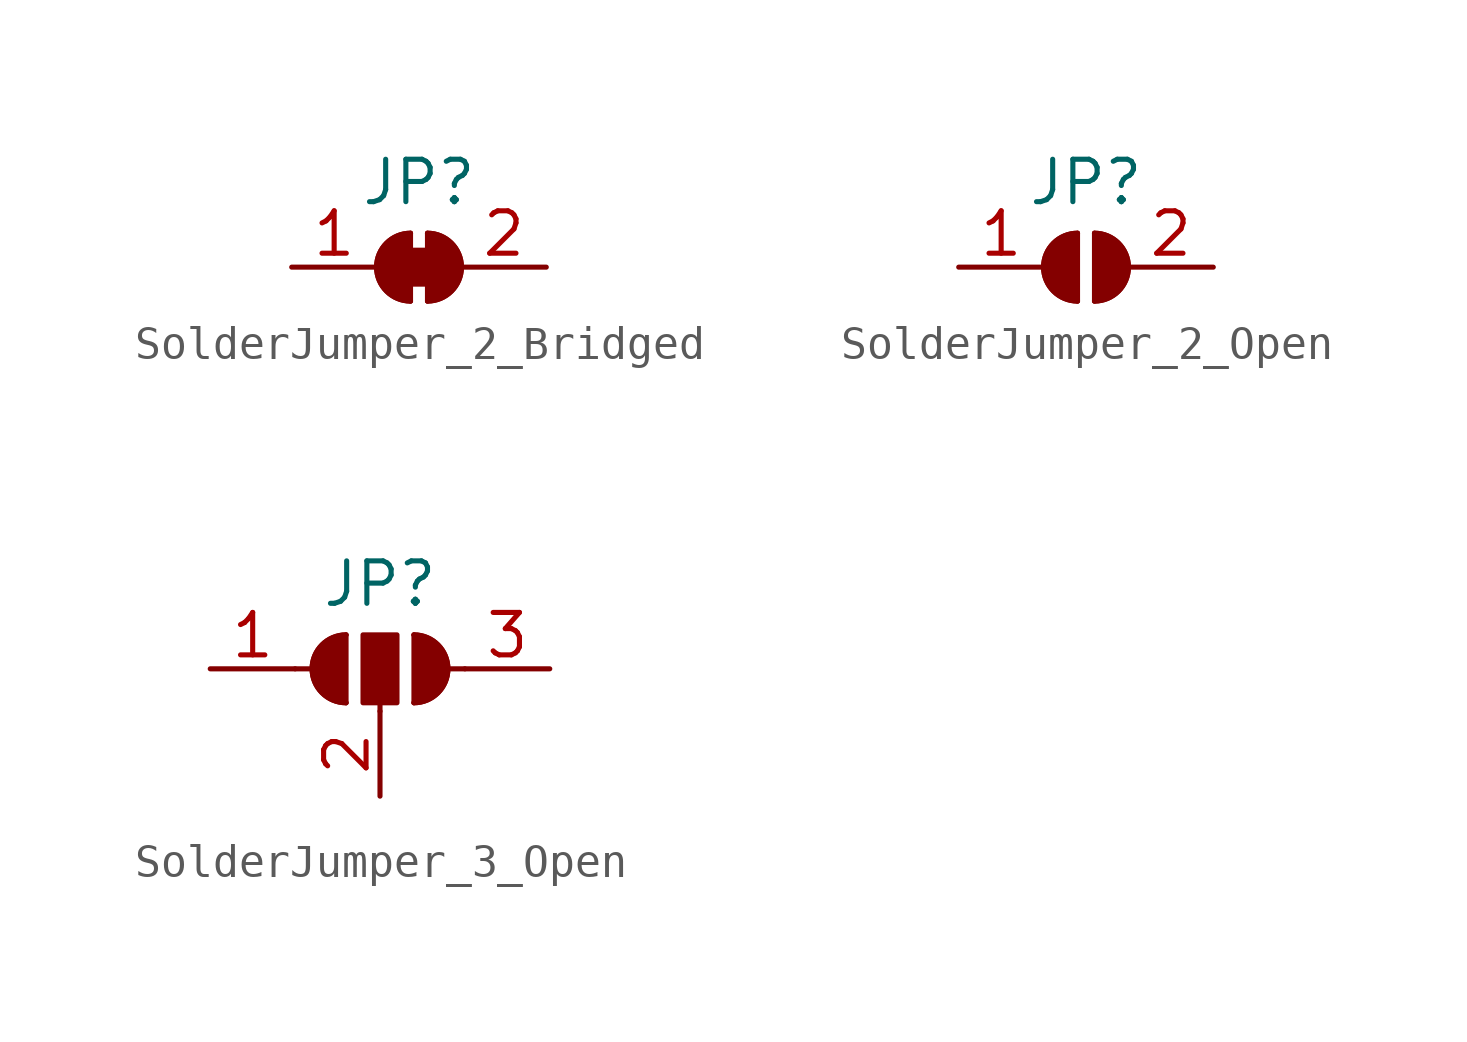
<source format=kicad_sym>
(kicad_symbol_lib
  (version 20231120)
  (generator "kicad_symbol_editor")
  (generator_version "8.0")
  (symbol "SolderJumper_2_Bridged"
    (pin_names
      (offset 0) hide)
    (property "Reference" "JP"
      (at 0 2.54 0)
      (effects (font (size 1.27 1.27))))
    (symbol "SolderJumper_2_Bridged_0_1"
      (rectangle (start -0.508 0.508) (end 0.508 -0.508) (stroke (width 0) (type default)) (fill (type outline)))
      (arc (start -0.254 1.016) (mid -1.2656 0) (end -0.254 -1.016) (stroke (width 0) (type default)) (fill (type none)))
      (arc (start -0.254 1.016) (mid -1.2656 0) (end -0.254 -1.016) (stroke (width 0) (type default)) (fill (type outline)))
      (polyline (pts (xy -0.254 1.016) (xy -0.254 -1.016)) (stroke (width 0) (type default)) (fill (type none)))
      (polyline (pts (xy 0.254 1.016) (xy 0.254 -1.016)) (stroke (width 0) (type default)) (fill (type none)))
      (arc (start 0.254 -1.016) (mid 1.2656 0) (end 0.254 1.016) (stroke (width 0) (type default)) (fill (type none)))
      (arc (start 0.254 -1.016) (mid 1.2656 0) (end 0.254 1.016) (stroke (width 0) (type default)) (fill (type outline))))
    (symbol "SolderJumper_2_Bridged_1_1"
      (pin passive line (at -3.81 0 0) (length 2.54) (name "" (effects (font (size 1.27 1.27)))) (number "1" (effects (font (size 1.27 1.27)))))
      (pin passive line (at 3.81 0 180) (length 2.54) (name "" (effects (font (size 1.27 1.27)))) (number "2" (effects (font (size 1.27 1.27)))))))
  (symbol "SolderJumper_2_Open"
    (pin_names
      (offset 0) hide)
    (property "Reference" "JP"
      (at 0 2.54 0)
      (effects (font (size 1.27 1.27))))
    (symbol "SolderJumper_2_Open_0_1"
      (arc (start -0.254 1.016) (mid -1.2656 0) (end -0.254 -1.016) (stroke (width 0) (type default)) (fill (type none)))
      (arc (start -0.254 1.016) (mid -1.2656 0) (end -0.254 -1.016) (stroke (width 0) (type default)) (fill (type outline)))
      (polyline (pts (xy -0.254 1.016) (xy -0.254 -1.016)) (stroke (width 0) (type default)) (fill (type none)))
      (polyline (pts (xy 0.254 1.016) (xy 0.254 -1.016)) (stroke (width 0) (type default)) (fill (type none)))
      (arc (start 0.254 -1.016) (mid 1.2656 0) (end 0.254 1.016) (stroke (width 0) (type default)) (fill (type none)))
      (arc (start 0.254 -1.016) (mid 1.2656 0) (end 0.254 1.016) (stroke (width 0) (type default)) (fill (type outline))))
    (symbol "SolderJumper_2_Open_1_1"
      (pin passive line (at -3.81 0 0) (length 2.54) (name "" (effects (font (size 1.27 1.27)))) (number "1" (effects (font (size 1.27 1.27)))))
      (pin passive line (at 3.81 0 180) (length 2.54) (name "" (effects (font (size 1.27 1.27)))) (number "2" (effects (font (size 1.27 1.27)))))))
  (symbol "SolderJumper_3_Open"
    (pin_names
      (offset 0) hide)
    (property "Reference" "JP"
      (at 0 2.54 0)
      (effects (font (size 1.27 1.27))))
    (symbol "SolderJumper_3_Open_0_1"
      (arc (start -1.016 1.016) (mid -2.0276 0) (end -1.016 -1.016) (stroke (width 0) (type default)) (fill (type none)))
      (arc (start -1.016 1.016) (mid -2.0276 0) (end -1.016 -1.016) (stroke (width 0) (type default)) (fill (type outline)))
      (rectangle (start -0.508 1.016) (end 0.508 -1.016) (stroke (width 0) (type default)) (fill (type outline)))
      (polyline (pts (xy -2.54 0) (xy -2.032 0)) (stroke (width 0) (type default)) (fill (type none)))
      (polyline (pts (xy -1.016 1.016) (xy -1.016 -1.016)) (stroke (width 0) (type default)) (fill (type none)))
      (polyline (pts (xy 0 -1.27) (xy 0 -1.016)) (stroke (width 0) (type default)) (fill (type none)))
      (polyline (pts (xy 1.016 1.016) (xy 1.016 -1.016)) (stroke (width 0) (type default)) (fill (type none)))
      (polyline (pts (xy 2.54 0) (xy 2.032 0)) (stroke (width 0) (type default)) (fill (type none)))
      (arc (start 1.016 -1.016) (mid 2.0276 0) (end 1.016 1.016) (stroke (width 0) (type default)) (fill (type none)))
      (arc (start 1.016 -1.016) (mid 2.0276 0) (end 1.016 1.016) (stroke (width 0) (type default)) (fill (type outline))))
    (symbol "SolderJumper_3_Open_1_1"
      (pin passive line (at -5.08 0 0) (length 2.54) (name "A" (effects (font (size 1.27 1.27)))) (number "1" (effects (font (size 1.27 1.27)))))
      (pin passive line (at 0 -3.81 90) (length 2.54) (name "C" (effects (font (size 1.27 1.27)))) (number "2" (effects (font (size 1.27 1.27)))))
      (pin passive line (at 5.08 0 180) (length 2.54) (name "B" (effects (font (size 1.27 1.27)))) (number "3" (effects (font (size 1.27 1.27))))))))
</source>
